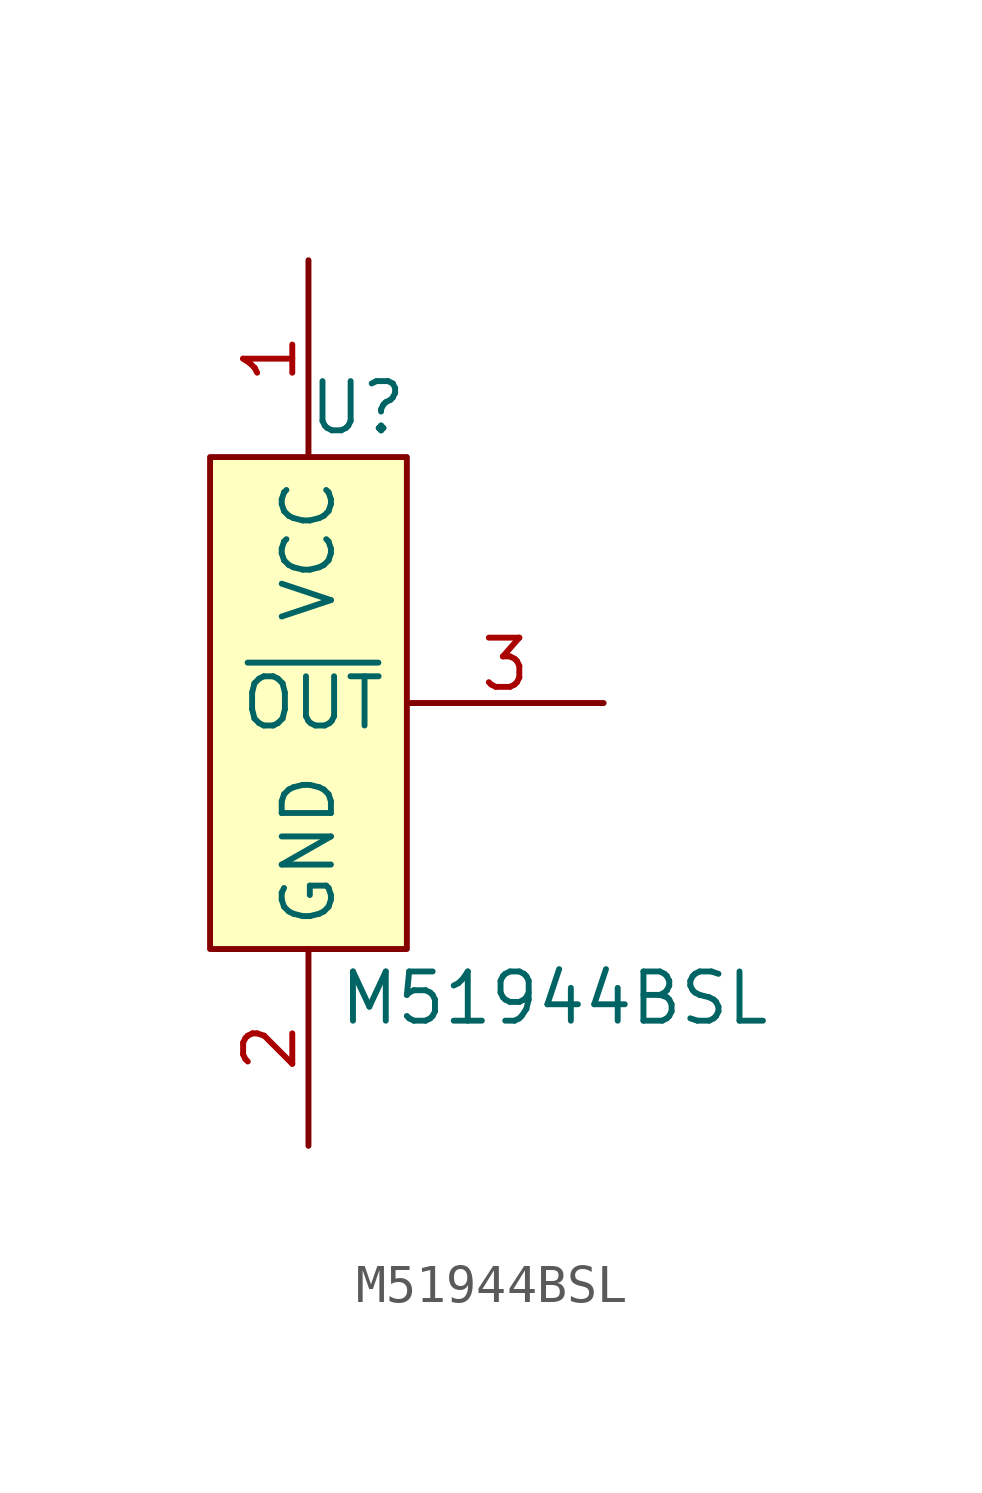
<source format=kicad_sym>
(kicad_symbol_lib
  (version 20220914)
  (generator kicad_symbol_editor)
  (symbol "M51944BSL"
    (property "Reference" "U"
      (at -2.54 7.62 0)
      (effects (font (size 1.27 1.27))))
    (property "Value" "M51944BSL"
      (at 2.54 -7.62 0)
      (effects (font (size 1.27 1.27))))
    (symbol "M51944BSL_1_1"
      (rectangle (start -6.35 6.35) (end -1.27 -6.35) (stroke (width 0) (type default)) (fill (type background)))
      (pin input line (at -3.81 11.43 270) (length 5.08) (name "VCC" (effects (font (size 1.27 1.27)))) (number "1" (effects (font (size 1.27 1.27)))))
      (pin input line (at -3.81 -11.43 90) (length 5.08) (name "GND" (effects (font (size 1.27 1.27)))) (number "2" (effects (font (size 1.27 1.27)))))
      (pin output line (at 3.81 0 180) (length 5.08) (name "~{OUT}" (effects (font (size 1.27 1.27)))) (number "3" (effects (font (size 1.27 1.27))))))))
</source>
